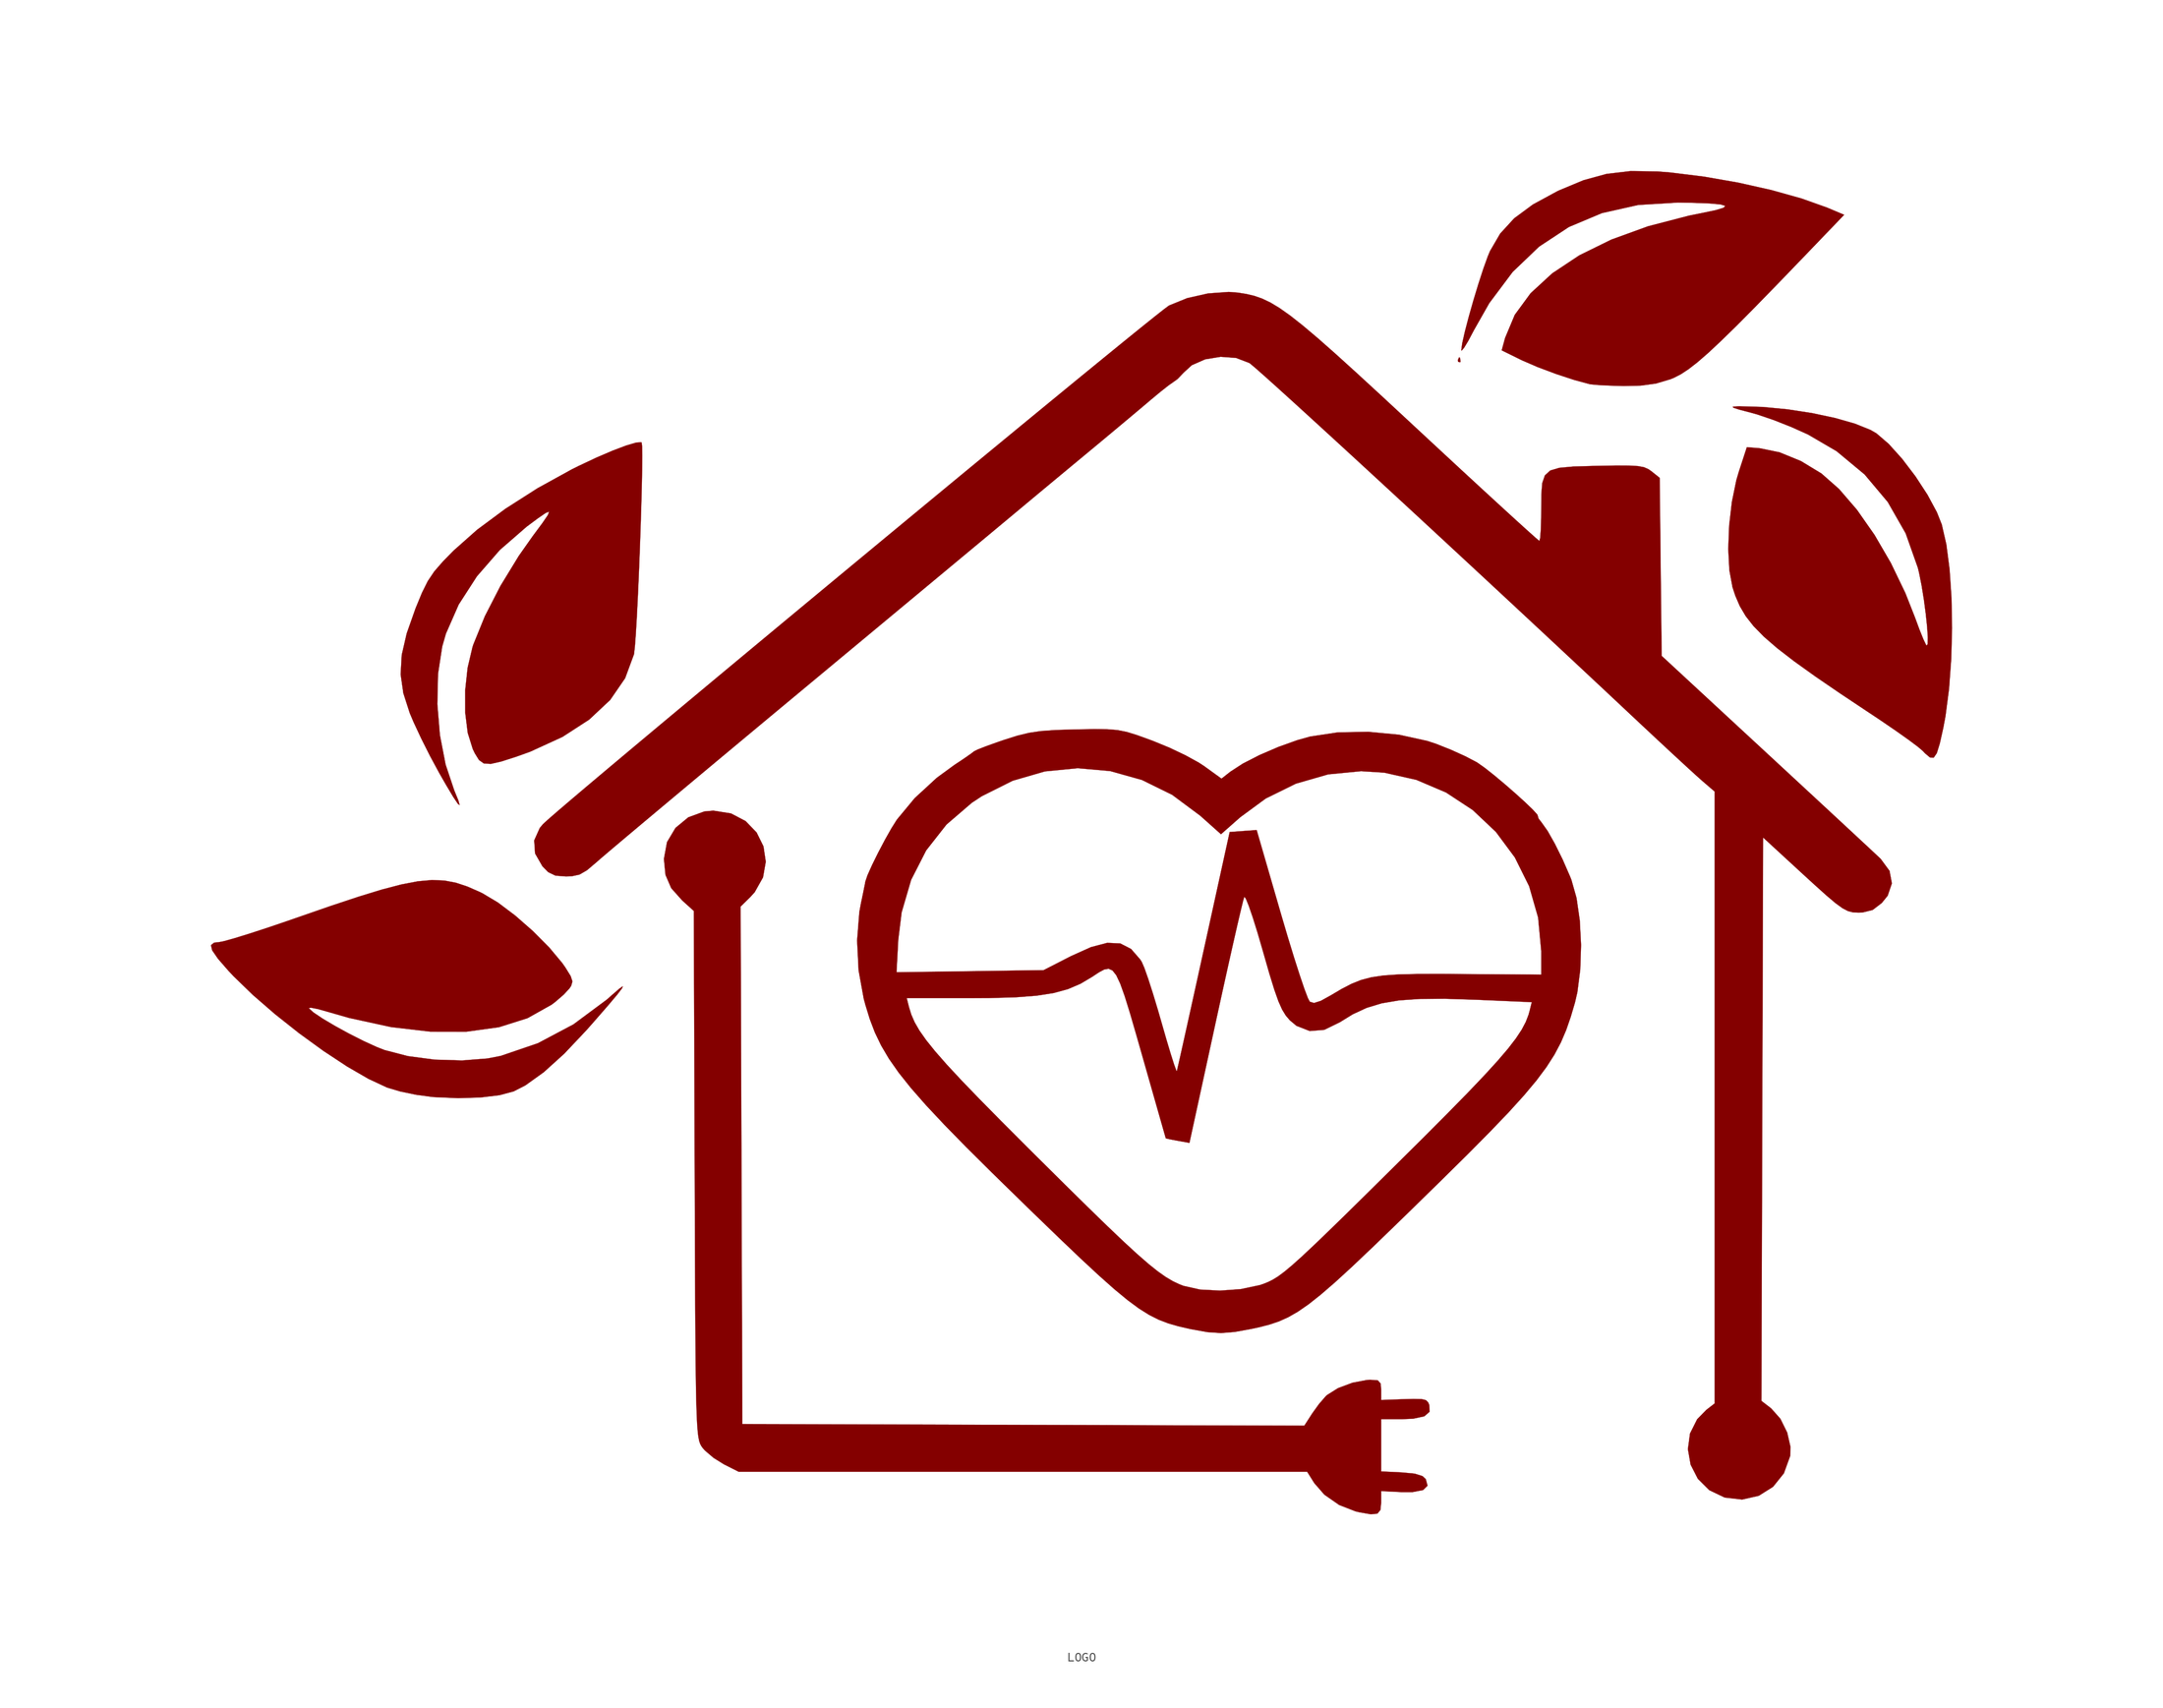
<source format=kicad_sym>
(kicad_symbol_lib
  (version 20220914)
  (generator bitmap2component)
  (symbol "LOGO"
    (pin_names
      (offset 1.016))
    (property "Reference" "#G"
      (at 0 104.185 0)
      (effects (font (size 1.27 1.27)) hide))
    (symbol "LOGO_0_0"
      (polyline (pts (xy 32.254 -41.399) (xy 32.579 -40.999) (xy 32.657 -40.224) (xy 32.657 -38.95) (xy 34.822 -39.056) (xy 36.084 -39.056) (xy 37.228 -38.835) (xy 37.706 -38.363) (xy 37.51 -37.643) (xy 37.155 -37.319) (xy 36.309 -37.055) (xy 34.887 -36.92) (xy 32.657 -36.814) (xy 32.657 -33.969) (xy 32.657 -31.124) (xy 34.971 -31.124) (xy 36.133 -31.077) (xy 37.355 -30.817) (xy 37.931 -30.316) (xy 37.886 -29.559) (xy 37.769 -29.298) (xy 37.529 -29.059) (xy 37.053 -28.945) (xy 36.179 -28.925) (xy 34.744 -28.968) (xy 32.657 -29.043) (xy 32.657 -27.937) (xy 32.607 -27.253) (xy 32.289 -26.906) (xy 31.478 -26.847) (xy 31.134 -26.863) (xy 29.543 -27.165) (xy 27.975 -27.75) (xy 26.78 -28.496) (xy 26.615 -28.653) (xy 25.89 -29.492) (xy 25.167 -30.497) (xy 24.303 -31.838) (xy -6.263 -31.75) (xy -36.83 -31.66) (xy -36.923 -3.518) (xy -37.016 24.625) (xy -35.955 25.672) (xy -35.482 26.193) (xy -34.578 27.803) (xy -34.279 29.504) (xy -34.53 31.174) (xy -35.279 32.689) (xy -36.473 33.923) (xy -38.058 34.755) (xy -39.981 35.058) (xy -40.97 34.969) (xy -42.709 34.332) (xy -44.099 33.182) (xy -45.021 31.634) (xy -45.356 29.806) (xy -45.185 28.074) (xy -44.562 26.631) (xy -43.37 25.295) (xy -42.102 24.148) (xy -42.006 -4.535) (xy -42.001 -6.193) (xy -41.983 -11.184) (xy -41.966 -15.523) (xy -41.948 -19.256) (xy -41.928 -22.432) (xy -41.904 -25.098) (xy -41.875 -27.302) (xy -41.84 -29.091) (xy -41.796 -30.515) (xy -41.744 -31.619) (xy -41.681 -32.453) (xy -41.607 -33.063) (xy -41.519 -33.498) (xy -41.417 -33.805) (xy -41.298 -34.033) (xy -41.163 -34.228) (xy -40.908 -34.525) (xy -39.949 -35.341) (xy -38.818 -36.043) (xy -37.221 -36.848) (xy -6.303 -36.848) (xy 24.615 -36.848) (xy 25.389 -38.082) (xy 26.483 -39.339) (xy 28.096 -40.461) (xy 29.884 -41.157) (xy 30.323 -41.258) (xy 31.547 -41.47) (xy 32.254 -41.399)) (stroke (width 0.01) (type default)) (fill (type outline)))
      (polyline (pts (xy 73.735 -39.459) (xy 75.289 -38.483) (xy 76.467 -37.016) (xy 77.149 -35.133) (xy 77.186 -34.153) (xy 76.826 -32.581) (xy 76.085 -31.084) (xy 75.081 -29.954) (xy 74.019 -29.135) (xy 74.112 1.503) (xy 74.204 32.141) (xy 78.645 28.055) (xy 79.666 27.119) (xy 81.058 25.866) (xy 82.085 24.997) (xy 82.849 24.443) (xy 83.45 24.133) (xy 83.99 23.998) (xy 84.57 23.969) (xy 85.011 23.983) (xy 86.122 24.257) (xy 87.114 25.015) (xy 87.759 25.811) (xy 88.213 27.152) (xy 87.957 28.511) (xy 86.994 29.818) (xy 86.794 30.007) (xy 86.034 30.717) (xy 84.838 31.83) (xy 83.269 33.288) (xy 81.387 35.034) (xy 79.256 37.009) (xy 76.937 39.157) (xy 74.492 41.42) (xy 63.17 51.895) (xy 63.063 61.575) (xy 62.956 71.256) (xy 62.067 71.965) (xy 61.741 72.196) (xy 61.269 72.406) (xy 60.606 72.534) (xy 59.62 72.593) (xy 58.176 72.597) (xy 56.14 72.559) (xy 55.591 72.546) (xy 53.513 72.483) (xy 52.036 72.346) (xy 51.057 72.056) (xy 50.474 71.53) (xy 50.184 70.688) (xy 50.085 69.446) (xy 50.074 67.725) (xy 50.068 66.907) (xy 50.029 65.616) (xy 49.961 64.726) (xy 49.875 64.394) (xy 49.849 64.409) (xy 49.432 64.761) (xy 48.552 65.547) (xy 47.258 66.721) (xy 45.601 68.236) (xy 43.632 70.045) (xy 41.401 72.103) (xy 38.96 74.364) (xy 36.358 76.78) (xy 35.803 77.296) (xy 32.647 80.224) (xy 29.953 82.701) (xy 27.671 84.769) (xy 25.748 86.465) (xy 24.132 87.829) (xy 22.771 88.902) (xy 21.613 89.721) (xy 20.607 90.327) (xy 19.699 90.759) (xy 18.838 91.057) (xy 17.973 91.259) (xy 17.05 91.405) (xy 16.053 91.476) (xy 13.827 91.313) (xy 11.56 90.802) (xy 9.601 90.007) (xy 9.56 89.983) (xy 9.025 89.584) (xy 7.985 88.765) (xy 6.484 87.56) (xy 4.563 86.003) (xy 2.265 84.13) (xy -0.368 81.977) (xy -3.294 79.576) (xy -6.471 76.964) (xy -9.857 74.176) (xy -13.41 71.246) (xy -17.087 68.209) (xy -20.846 65.1) (xy -24.646 61.955) (xy -28.443 58.807) (xy -32.196 55.693) (xy -35.863 52.646) (xy -39.402 49.702) (xy -42.769 46.895) (xy -45.924 44.262) (xy -48.824 41.836) (xy -51.427 39.652) (xy -53.691 37.745) (xy -55.574 36.151) (xy -57.032 34.904) (xy -58.025 34.039) (xy -58.511 33.59) (xy -58.858 33.179) (xy -59.466 31.821) (xy -59.37 30.4) (xy -58.569 29.005) (xy -57.939 28.369) (xy -57.156 27.995) (xy -56.014 27.904) (xy -55.39 27.925) (xy -54.542 28.107) (xy -53.728 28.577) (xy -52.689 29.458) (xy -52.669 29.477) (xy -52.083 29.985) (xy -50.993 30.912) (xy -49.444 32.218) (xy -47.485 33.863) (xy -45.163 35.808) (xy -42.525 38.014) (xy -39.618 40.441) (xy -36.489 43.049) (xy -33.185 45.799) (xy -29.754 48.652) (xy -29.554 48.818) (xy -26.122 51.671) (xy -22.814 54.42) (xy -19.678 57.027) (xy -16.762 59.451) (xy -14.114 61.653) (xy -11.781 63.593) (xy -9.811 65.231) (xy -8.254 66.528) (xy -7.155 67.443) (xy -6.563 67.937) (xy -5.889 68.499) (xy -4.622 69.555) (xy -3.041 70.869) (xy -1.283 72.328) (xy 0.513 73.818) (xy 1.886 74.957) (xy 3.662 76.437) (xy 5.293 77.8) (xy 6.642 78.933) (xy 7.572 79.721) (xy 7.579 79.727) (xy 8.639 80.609) (xy 9.548 81.324) (xy 10.111 81.718) (xy 10.521 82.012) (xy 11.18 82.703) (xy 12.061 83.51) (xy 13.513 84.149) (xy 15.195 84.425) (xy 16.876 84.302) (xy 18.324 83.749) (xy 18.362 83.723) (xy 18.88 83.294) (xy 19.875 82.418) (xy 21.306 81.135) (xy 23.129 79.482) (xy 25.302 77.5) (xy 27.783 75.228) (xy 30.53 72.703) (xy 33.501 69.966) (xy 36.653 67.055) (xy 39.943 64.01) (xy 43.33 60.869) (xy 46.772 57.671) (xy 50.225 54.455) (xy 53.648 51.261) (xy 56.999 48.128) (xy 60.234 45.093) (xy 60.983 44.391) (xy 62.767 42.724) (xy 64.416 41.191) (xy 65.834 39.883) (xy 66.921 38.89) (xy 67.582 38.301) (xy 68.943 37.132) (xy 68.943 3.86) (xy 68.943 -29.411) (xy 68.028 -30.12) (xy 67.035 -31.133) (xy 66.255 -32.69) (xy 66.028 -34.386) (xy 66.322 -36.074) (xy 67.107 -37.611) (xy 68.354 -38.852) (xy 70.031 -39.652) (xy 71.924 -39.868) (xy 73.735 -39.459)) (stroke (width 0.01) (type default)) (fill (type outline)))
      (polyline (pts (xy 16.742 -21.637) (xy 18.604 -21.297) (xy 19.387 -21.127) (xy 20.494 -20.843) (xy 21.527 -20.497) (xy 22.544 -20.042) (xy 23.604 -19.435) (xy 24.766 -18.631) (xy 26.087 -17.585) (xy 27.627 -16.254) (xy 29.443 -14.591) (xy 31.594 -12.554) (xy 34.138 -10.097) (xy 37.135 -7.176) (xy 39.19 -5.163) (xy 42.069 -2.317) (xy 44.498 0.133) (xy 46.523 2.246) (xy 48.19 4.083) (xy 49.546 5.702) (xy 50.637 7.163) (xy 51.51 8.527) (xy 52.211 9.852) (xy 52.786 11.199) (xy 53.281 12.627) (xy 53.744 14.195) (xy 54.004 15.323) (xy 54.317 17.776) (xy 54.401 20.452) (xy 54.264 23.125) (xy 53.911 25.565) (xy 53.35 27.547) (xy 53.205 27.907) (xy 52.402 29.743) (xy 51.557 31.451) (xy 50.767 32.849) (xy 50.124 33.755) (xy 49.776 34.206) (xy 49.703 34.471) (xy 49.639 34.639) (xy 49.149 35.177) (xy 48.315 35.98) (xy 47.255 36.941) (xy 46.09 37.955) (xy 44.94 38.917) (xy 43.923 39.72) (xy 43.16 40.259) (xy 43.009 40.35) (xy 41.8 40.982) (xy 40.25 41.683) (xy 38.657 42.318) (xy 37.681 42.641) (xy 34.605 43.316) (xy 31.268 43.632) (xy 27.951 43.571) (xy 24.934 43.117) (xy 23.543 42.728) (xy 21.483 41.991) (xy 19.426 41.106) (xy 17.609 40.174) (xy 16.265 39.301) (xy 15.294 38.537) (xy 13.409 39.901) (xy 12.825 40.284) (xy 11.378 41.079) (xy 9.644 41.903) (xy 7.882 42.627) (xy 7.509 42.766) (xy 6.099 43.278) (xy 4.994 43.619) (xy 3.986 43.82) (xy 2.869 43.912) (xy 1.439 43.926) (xy -0.511 43.893) (xy -0.724 43.889) (xy -2.784 43.825) (xy -4.358 43.712) (xy -5.663 43.517) (xy -6.919 43.211) (xy -8.346 42.761) (xy -9 42.537) (xy -10.282 42.079) (xy -11.208 41.719) (xy -11.611 41.52) (xy -11.956 41.254) (xy -12.742 40.708) (xy -13.789 40.011) (xy -15.685 38.623) (xy -18.079 36.419) (xy -20.014 34.084) (xy -20.605 33.146) (xy -21.32 31.879) (xy -22.057 30.479) (xy -22.72 29.135) (xy -23.213 28.035) (xy -23.439 27.368) (xy -23.509 26.995) (xy -23.694 26.083) (xy -23.941 24.896) (xy -24.099 24.03) (xy -24.343 20.934) (xy -24.181 17.684) (xy -24.143 17.479) (xy -20.057 17.479) (xy -19.869 20.992) (xy -19.501 23.992) (xy -18.468 27.53) (xy -16.831 30.735) (xy -14.621 33.549) (xy -11.871 35.912) (xy -10.783 36.63) (xy -7.421 38.313) (xy -3.921 39.327) (xy -0.36 39.676) (xy 3.186 39.365) (xy 6.642 38.397) (xy 9.933 36.778) (xy 12.982 34.51) (xy 15.238 32.496) (xy 17.326 34.339) (xy 20.104 36.38) (xy 23.387 37.996) (xy 26.892 39.004) (xy 30.48 39.352) (xy 33 39.191) (xy 36.492 38.408) (xy 39.721 37.032) (xy 42.624 35.125) (xy 45.14 32.749) (xy 47.205 29.966) (xy 48.758 26.84) (xy 49.735 23.432) (xy 50.074 19.804) (xy 50.074 17.22) (xy 41.275 17.285) (xy 39.252 17.297) (xy 36.642 17.293) (xy 34.573 17.244) (xy 32.93 17.131) (xy 31.601 16.936) (xy 30.473 16.64) (xy 29.433 16.224) (xy 28.368 15.671) (xy 27.165 14.961) (xy 26.095 14.37) (xy 25.36 14.138) (xy 24.898 14.275) (xy 24.686 14.68) (xy 24.305 15.687) (xy 23.792 17.199) (xy 23.176 19.12) (xy 22.491 21.355) (xy 21.766 23.81) (xy 19.118 32.948) (xy 17.65 32.841) (xy 16.183 32.734) (xy 13.355 19.86) (xy 13.332 19.759) (xy 12.688 16.829) (xy 12.091 14.122) (xy 11.559 11.718) (xy 11.109 9.696) (xy 10.76 8.136) (xy 10.529 7.116) (xy 10.434 6.716) (xy 10.364 6.82) (xy 10.126 7.482) (xy 9.755 8.65) (xy 9.286 10.218) (xy 8.751 12.077) (xy 8.402 13.287) (xy 7.836 15.162) (xy 7.32 16.767) (xy 6.899 17.96) (xy 6.619 18.603) (xy 6.45 18.871) (xy 5.457 20.013) (xy 4.288 20.613) (xy 2.862 20.678) (xy 1.096 20.214) (xy -1.092 19.229) (xy -4.056 17.709) (xy -12.056 17.593) (xy -20.057 17.479) (xy -24.143 17.479) (xy -23.633 14.668) (xy -18.947 14.668) (xy -11.87 14.668) (xy -9.986 14.678) (xy -7.143 14.758) (xy -4.843 14.933) (xy -2.97 15.223) (xy -1.41 15.649) (xy -0.048 16.232) (xy 1.233 16.991) (xy 1.305 17.039) (xy 1.984 17.488) (xy 2.542 17.783) (xy 3.015 17.866) (xy 3.438 17.677) (xy 3.847 17.158) (xy 4.277 16.248) (xy 4.764 14.888) (xy 5.345 13.018) (xy 6.053 10.579) (xy 6.927 7.513) (xy 7.331 6.093) (xy 7.939 3.958) (xy 8.461 2.126) (xy 8.869 0.696) (xy 9.136 -0.238) (xy 9.235 -0.579) (xy 9.25 -0.587) (xy 9.686 -0.688) (xy 10.53 -0.848) (xy 11.807 -1.075) (xy 14.669 12.073) (xy 14.731 12.36) (xy 15.38 15.322) (xy 15.988 18.065) (xy 16.536 20.508) (xy 17.006 22.571) (xy 17.381 24.175) (xy 17.641 25.239) (xy 17.769 25.683) (xy 17.771 25.686) (xy 17.94 25.492) (xy 18.261 24.707) (xy 18.701 23.428) (xy 19.224 21.753) (xy 19.798 19.78) (xy 19.843 19.622) (xy 20.505 17.317) (xy 21.038 15.591) (xy 21.484 14.331) (xy 21.887 13.428) (xy 22.289 12.772) (xy 22.733 12.253) (xy 23.449 11.655) (xy 24.892 11.092) (xy 26.473 11.221) (xy 28.162 12.045) (xy 29.573 12.911) (xy 31.079 13.609) (xy 32.722 14.107) (xy 34.618 14.426) (xy 36.885 14.584) (xy 39.637 14.6) (xy 42.991 14.494) (xy 49.044 14.231) (xy 48.812 13.287) (xy 48.692 12.855) (xy 48.393 12.078) (xy 47.948 11.235) (xy 47.315 10.279) (xy 46.453 9.161) (xy 45.318 7.834) (xy 43.871 6.25) (xy 42.068 4.359) (xy 39.869 2.116) (xy 37.232 -0.529) (xy 34.114 -3.623) (xy 31.305 -6.399) (xy 28.926 -8.741) (xy 26.955 -10.664) (xy 25.343 -12.213) (xy 24.039 -13.435) (xy 22.992 -14.373) (xy 22.153 -15.075) (xy 21.47 -15.584) (xy 20.892 -15.946) (xy 20.37 -16.207) (xy 19.853 -16.413) (xy 19.434 -16.552) (xy 17.379 -16.985) (xy 15.124 -17.148) (xy 12.956 -17.032) (xy 11.162 -16.63) (xy 10.694 -16.448) (xy 9.986 -16.112) (xy 9.227 -15.662) (xy 8.366 -15.053) (xy 7.353 -14.242) (xy 6.137 -13.183) (xy 4.668 -11.833) (xy 2.895 -10.146) (xy 0.769 -8.079) (xy -1.762 -5.588) (xy -4.747 -2.627) (xy -5.804 -1.574) (xy -8.656 1.28) (xy -11.045 3.703) (xy -13.014 5.747) (xy -14.607 7.461) (xy -15.867 8.898) (xy -16.838 10.107) (xy -17.564 11.139) (xy -18.087 12.046) (xy -18.45 12.877) (xy -18.699 13.684) (xy -18.947 14.668) (xy -23.633 14.668) (xy -23.622 14.607) (xy -23.44 13.933) (xy -22.967 12.391) (xy -22.413 10.94) (xy -21.733 9.523) (xy -20.883 8.082) (xy -19.816 6.558) (xy -18.489 4.894) (xy -16.857 3.033) (xy -14.873 0.915) (xy -12.493 -1.517) (xy -9.672 -4.32) (xy -6.364 -7.552) (xy -5.169 -8.714) (xy -2.385 -11.405) (xy -0.029 -13.651) (xy 1.958 -15.496) (xy 3.636 -16.987) (xy 5.066 -18.168) (xy 6.306 -19.085) (xy 7.417 -19.783) (xy 8.458 -20.308) (xy 9.489 -20.703) (xy 10.57 -21.016) (xy 11.761 -21.292) (xy 11.989 -21.34) (xy 13.766 -21.659) (xy 15.24 -21.758) (xy 16.742 -21.637)) (stroke (width 0.01) (type default)) (fill (type outline)))
      (polyline (pts (xy -65.317 3.864) (xy -63.245 4.113) (xy -61.704 4.526) (xy -60.431 5.175) (xy -58.432 6.607) (xy -56.201 8.623) (xy -53.781 11.186) (xy -52.888 12.198) (xy -51.425 13.879) (xy -50.435 15.055) (xy -49.909 15.741) (xy -49.834 15.953) (xy -50.201 15.704) (xy -50.998 15.011) (xy -51.579 14.498) (xy -55.198 11.813) (xy -59.065 9.763) (xy -63.112 8.382) (xy -64.545 8.104) (xy -67.328 7.887) (xy -70.31 7.977) (xy -73.211 8.36) (xy -75.751 9.022) (xy -76.587 9.349) (xy -78.017 10.002) (xy -79.58 10.792) (xy -81.117 11.632) (xy -82.47 12.434) (xy -83.48 13.111) (xy -83.99 13.576) (xy -83.991 13.578) (xy -83.771 13.631) (xy -83.025 13.487) (xy -81.912 13.176) (xy -79.599 12.513) (xy -75.036 11.519) (xy -70.768 11.022) (xy -66.84 11.018) (xy -63.301 11.506) (xy -60.197 12.486) (xy -57.577 13.954) (xy -57.174 14.26) (xy -56.244 15.065) (xy -55.623 15.739) (xy -55.447 16.007) (xy -55.31 16.484) (xy -55.504 17.069) (xy -56.078 17.997) (xy -56.42 18.485) (xy -57.838 20.183) (xy -59.604 21.959) (xy -61.53 23.646) (xy -63.428 25.075) (xy -65.11 26.078) (xy -65.43 26.231) (xy -66.74 26.804) (xy -67.98 27.215) (xy -69.235 27.455) (xy -70.587 27.511) (xy -72.118 27.373) (xy -73.912 27.031) (xy -76.05 26.472) (xy -78.617 25.686) (xy -81.693 24.663) (xy -85.364 23.39) (xy -86.253 23.081) (xy -88.446 22.336) (xy -90.411 21.695) (xy -92.033 21.193) (xy -93.201 20.866) (xy -93.8 20.749) (xy -94.275 20.705) (xy -94.628 20.433) (xy -94.495 19.865) (xy -93.856 18.941) (xy -92.692 17.604) (xy -92.171 17.05) (xy -90.069 15.014) (xy -87.648 12.916) (xy -85.044 10.854) (xy -82.39 8.927) (xy -79.821 7.234) (xy -77.471 5.874) (xy -75.474 4.945) (xy -75.446 4.934) (xy -74.043 4.518) (xy -72.296 4.155) (xy -70.576 3.925) (xy -70.342 3.905) (xy -67.742 3.79) (xy -65.317 3.864)) (stroke (width 0.01) (type default)) (fill (type outline)))
      (polyline (pts (xy -67.708 36.148) (xy -68.161 37.255) (xy -68.167 37.269) (xy -69.105 40.068) (xy -69.725 43.275) (xy -70.006 46.647) (xy -69.929 49.94) (xy -69.474 52.91) (xy -69.071 54.31) (xy -67.683 57.472) (xy -65.699 60.547) (xy -63.206 63.413) (xy -60.288 65.948) (xy -59.073 66.852) (xy -58.207 67.448) (xy -57.846 67.579) (xy -57.973 67.218) (xy -58.573 66.34) (xy -59.628 64.918) (xy -61.145 62.765) (xy -63.142 59.499) (xy -64.833 56.206) (xy -66.088 53.125) (xy -66.175 52.862) (xy -66.708 50.601) (xy -66.973 48.146) (xy -66.969 45.713) (xy -66.696 43.516) (xy -66.151 41.767) (xy -65.924 41.296) (xy -65.472 40.567) (xy -64.944 40.193) (xy -64.188 40.148) (xy -63.052 40.406) (xy -61.388 40.94) (xy -59.902 41.474) (xy -56.392 43.081) (xy -53.484 44.964) (xy -51.204 47.1) (xy -49.575 49.47) (xy -48.621 52.052) (xy -48.605 52.132) (xy -48.515 52.925) (xy -48.415 54.266) (xy -48.309 56.05) (xy -48.202 58.171) (xy -48.096 60.525) (xy -47.996 63.006) (xy -47.906 65.509) (xy -47.829 67.929) (xy -47.769 70.16) (xy -47.731 72.097) (xy -47.717 73.636) (xy -47.732 74.67) (xy -47.78 75.095) (xy -47.82 75.125) (xy -48.379 75.092) (xy -49.449 74.778) (xy -50.918 74.224) (xy -52.675 73.472) (xy -54.61 72.562) (xy -55.396 72.17) (xy -59.101 70.128) (xy -62.583 67.904) (xy -65.679 65.608) (xy -68.227 63.349) (xy -69.384 62.172) (xy -70.333 61.081) (xy -71.043 60.024) (xy -71.671 58.763) (xy -72.373 57.061) (xy -73.333 54.342) (xy -73.874 51.998) (xy -73.993 49.884) (xy -73.7 47.834) (xy -73.005 45.675) (xy -72.585 44.683) (xy -71.759 42.916) (xy -70.789 40.99) (xy -69.809 39.177) (xy -69.08 37.902) (xy -68.275 36.554) (xy -67.772 35.807) (xy -67.581 35.669) (xy -67.708 36.148)) (stroke (width 0.01) (type default)) (fill (type outline)))
      (polyline (pts (xy 93.101 41.314) (xy 93.427 42.368) (xy 93.806 44.06) (xy 94.046 45.347) (xy 94.433 48.323) (xy 94.67 51.569) (xy 94.758 54.923) (xy 94.697 58.223) (xy 94.49 61.308) (xy 94.138 64.015) (xy 93.641 66.183) (xy 93.111 67.516) (xy 92.084 69.422) (xy 90.778 71.421) (xy 89.329 73.326) (xy 87.872 74.945) (xy 86.545 76.087) (xy 85.889 76.468) (xy 84.202 77.147) (xy 82.031 77.767) (xy 79.535 78.298) (xy 76.87 78.707) (xy 74.194 78.965) (xy 71.664 79.039) (xy 71.371 79.034) (xy 70.908 78.991) (xy 70.975 78.882) (xy 71.631 78.672) (xy 72.934 78.331) (xy 73.585 78.148) (xy 75.338 77.552) (xy 77.274 76.788) (xy 79.078 75.978) (xy 82.208 74.151) (xy 85.252 71.621) (xy 87.767 68.629) (xy 89.712 65.225) (xy 91.045 61.461) (xy 91.177 60.909) (xy 91.451 59.528) (xy 91.698 57.993) (xy 91.903 56.446) (xy 92.051 55.032) (xy 92.124 53.893) (xy 92.108 53.173) (xy 91.985 53.015) (xy 91.931 53.09) (xy 91.638 53.705) (xy 91.21 54.766) (xy 90.718 56.095) (xy 89.679 58.728) (xy 88.106 61.994) (xy 86.326 65.051) (xy 84.419 67.776) (xy 82.467 70.044) (xy 80.551 71.73) (xy 78.323 73.082) (xy 76.002 74.032) (xy 73.83 74.478) (xy 72.438 74.59) (xy 71.561 71.907) (xy 71.294 70.998) (xy 70.81 68.633) (xy 70.514 66.069) (xy 70.418 63.524) (xy 70.536 61.218) (xy 70.877 59.37) (xy 71.181 58.443) (xy 71.671 57.306) (xy 72.314 56.218) (xy 73.169 55.128) (xy 74.294 53.98) (xy 75.747 52.724) (xy 77.586 51.305) (xy 79.868 49.67) (xy 82.653 47.766) (xy 85.997 45.541) (xy 87.028 44.854) (xy 88.655 43.742) (xy 90.037 42.762) (xy 91.055 42.001) (xy 91.587 41.546) (xy 91.829 41.287) (xy 92.363 40.842) (xy 92.767 40.828) (xy 93.101 41.314)) (stroke (width 0.01) (type default)) (fill (type outline)))
      (polyline (pts (xy 60.86 81.286) (xy 62.534 81.512) (xy 64.108 81.978) (xy 64.52 82.146) (xy 65.263 82.529) (xy 66.094 83.075) (xy 67.065 83.829) (xy 68.225 84.836) (xy 69.624 86.142) (xy 71.313 87.794) (xy 73.34 89.836) (xy 75.757 92.316) (xy 78.613 95.278) (xy 83.022 99.868) (xy 81.379 100.561) (xy 81.16 100.653) (xy 78.388 101.64) (xy 75.102 102.559) (xy 71.496 103.367) (xy 67.766 104.019) (xy 64.104 104.471) (xy 62.73 104.58) (xy 59.793 104.621) (xy 57.183 104.316) (xy 54.664 103.626) (xy 51.998 102.515) (xy 51.818 102.429) (xy 49.165 100.988) (xy 47.128 99.482) (xy 45.606 97.821) (xy 44.497 95.915) (xy 44.256 95.335) (xy 43.776 94.002) (xy 43.238 92.351) (xy 42.692 90.549) (xy 42.185 88.761) (xy 41.764 87.153) (xy 41.479 85.892) (xy 41.377 85.144) (xy 41.409 85.092) (xy 41.673 85.392) (xy 42.147 86.175) (xy 42.759 87.331) (xy 44.426 90.267) (xy 46.963 93.653) (xy 49.85 96.412) (xy 53.087 98.546) (xy 56.676 100.054) (xy 60.619 100.938) (xy 64.919 101.2) (xy 66.47 101.175) (xy 68.381 101.105) (xy 69.585 100.995) (xy 70.091 100.839) (xy 69.912 100.635) (xy 69.056 100.375) (xy 67.537 100.057) (xy 66.129 99.773) (xy 61.681 98.617) (xy 57.694 97.169) (xy 54.209 95.455) (xy 51.27 93.502) (xy 48.917 91.337) (xy 47.194 88.986) (xy 46.142 86.477) (xy 45.774 85.127) (xy 47.833 84.112) (xy 47.988 84.037) (xy 49.676 83.307) (xy 51.677 82.557) (xy 53.67 81.901) (xy 55.336 81.452) (xy 55.444 81.432) (xy 56.278 81.353) (xy 57.553 81.288) (xy 59.041 81.25) (xy 60.86 81.286)) (stroke (width 0.01) (type default)) (fill (type outline)))
      (polyline (pts (xy 41.288 83.884) (xy 41.245 84.309) (xy 41.136 84.365) (xy 41.003 84.07) (xy 41.029 83.881) (xy 41.245 83.832) (xy 41.288 83.884)) (stroke (width 0.01) (type default)) (fill (type outline))))))
</source>
